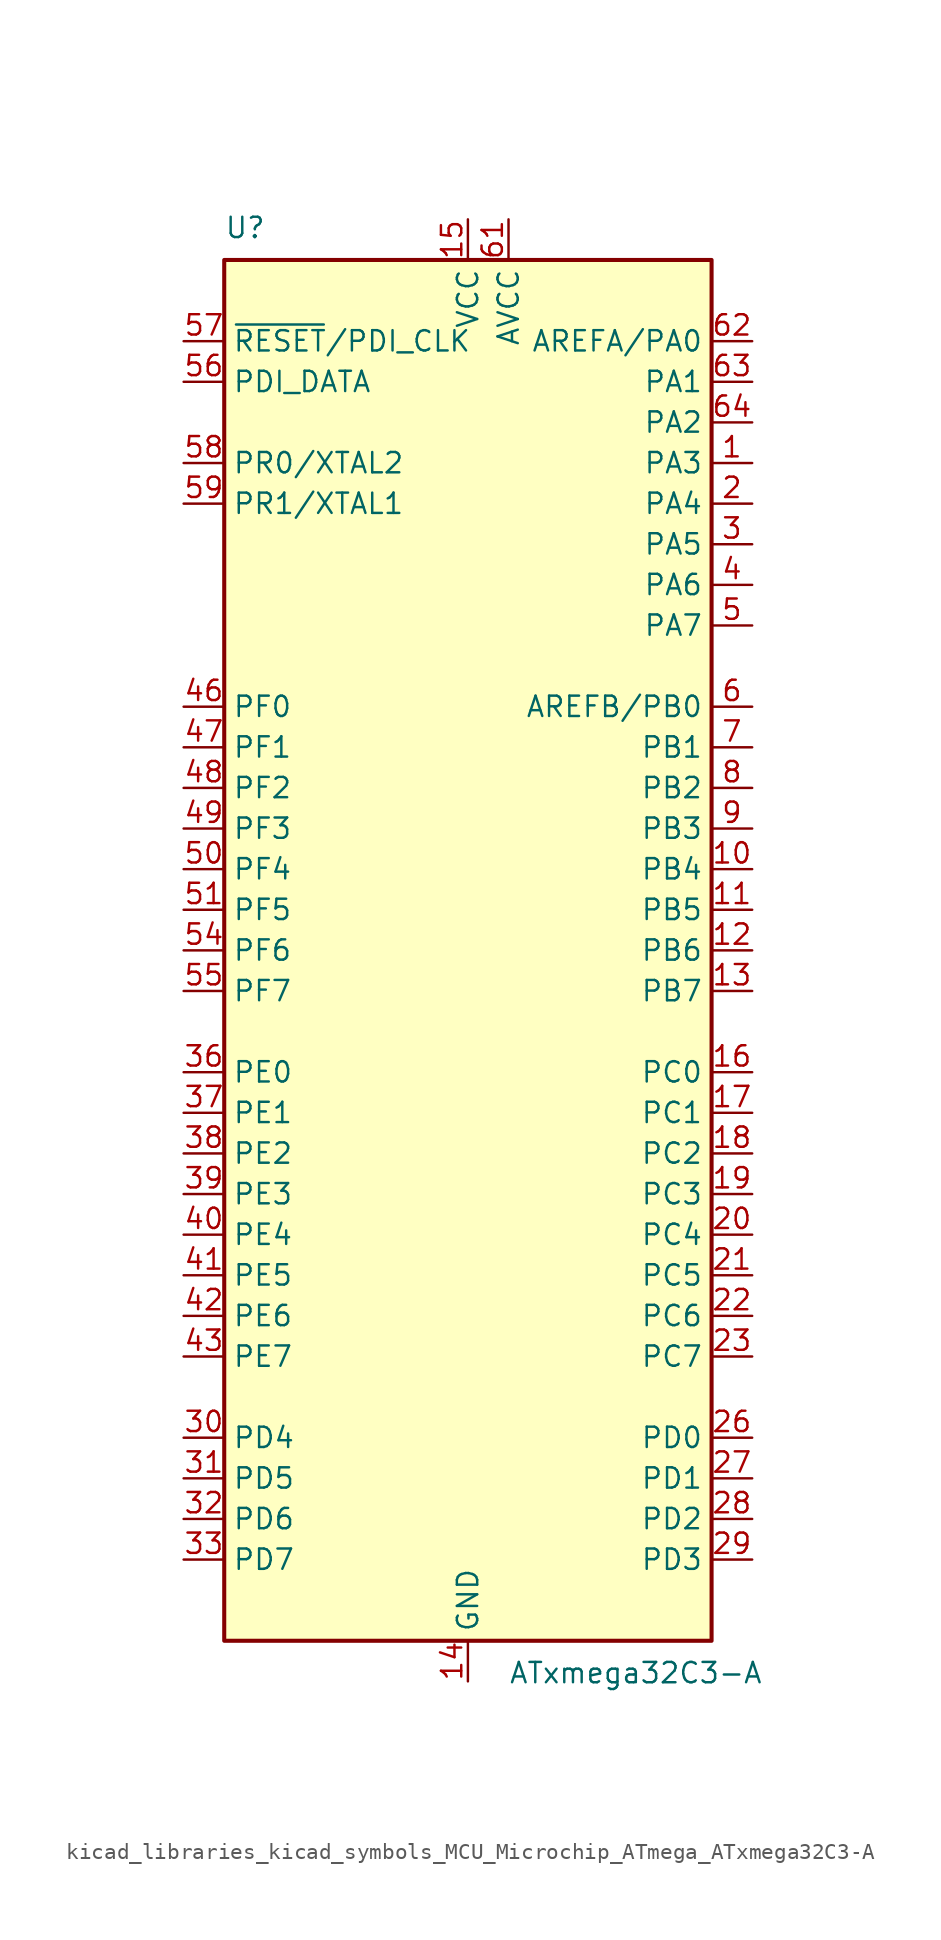
<source format=kicad_sym>
(kicad_symbol_lib
  (version 20220914)
  (generator kicad_symbol_editor)
  (symbol "kicad_libraries_kicad_symbols_MCU_Microchip_ATmega_ATxmega32C3-A"
    (property "Reference" "U"
      (at -15.24 44.45 0)
      (effects (font (size 1.27 1.27)) (justify left bottom)))
    (property "Value" "ATxmega32C3-A"
      (at 2.54 -44.45 0)
      (effects (font (size 1.27 1.27)) (justify left top)))
    (symbol "kicad_libraries_kicad_symbols_MCU_Microchip_ATmega_ATxmega32C3-A_0_1"
      (rectangle (start -15.24 -43.18) (end 15.24 43.18) (stroke (width 0.254) (type default)) (fill (type background))))
    (symbol "kicad_libraries_kicad_symbols_MCU_Microchip_ATmega_ATxmega32C3-A_1_1"
      (pin bidirectional line (at 17.78 30.48 180) (length 2.54) (name "PA3" (effects (font (size 1.27 1.27)))) (number "1" (effects (font (size 1.27 1.27)))))
      (pin bidirectional line (at 17.78 5.08 180) (length 2.54) (name "PB4" (effects (font (size 1.27 1.27)))) (number "10" (effects (font (size 1.27 1.27)))))
      (pin bidirectional line (at 17.78 2.54 180) (length 2.54) (name "PB5" (effects (font (size 1.27 1.27)))) (number "11" (effects (font (size 1.27 1.27)))))
      (pin bidirectional line (at 17.78 0 180) (length 2.54) (name "PB6" (effects (font (size 1.27 1.27)))) (number "12" (effects (font (size 1.27 1.27)))))
      (pin bidirectional line (at 17.78 -2.54 180) (length 2.54) (name "PB7" (effects (font (size 1.27 1.27)))) (number "13" (effects (font (size 1.27 1.27)))))
      (pin power_in line (at 0 -45.72 90) (length 2.54) (name "GND" (effects (font (size 1.27 1.27)))) (number "14" (effects (font (size 1.27 1.27)))))
      (pin power_in line (at 0 45.72 270) (length 2.54) (name "VCC" (effects (font (size 1.27 1.27)))) (number "15" (effects (font (size 1.27 1.27)))))
      (pin bidirectional line (at 17.78 -7.62 180) (length 2.54) (name "PC0" (effects (font (size 1.27 1.27)))) (number "16" (effects (font (size 1.27 1.27)))))
      (pin bidirectional line (at 17.78 -10.16 180) (length 2.54) (name "PC1" (effects (font (size 1.27 1.27)))) (number "17" (effects (font (size 1.27 1.27)))))
      (pin bidirectional line (at 17.78 -12.7 180) (length 2.54) (name "PC2" (effects (font (size 1.27 1.27)))) (number "18" (effects (font (size 1.27 1.27)))))
      (pin bidirectional line (at 17.78 -15.24 180) (length 2.54) (name "PC3" (effects (font (size 1.27 1.27)))) (number "19" (effects (font (size 1.27 1.27)))))
      (pin bidirectional line (at 17.78 27.94 180) (length 2.54) (name "PA4" (effects (font (size 1.27 1.27)))) (number "2" (effects (font (size 1.27 1.27)))))
      (pin bidirectional line (at 17.78 -17.78 180) (length 2.54) (name "PC4" (effects (font (size 1.27 1.27)))) (number "20" (effects (font (size 1.27 1.27)))))
      (pin bidirectional line (at 17.78 -20.32 180) (length 2.54) (name "PC5" (effects (font (size 1.27 1.27)))) (number "21" (effects (font (size 1.27 1.27)))))
      (pin bidirectional line (at 17.78 -22.86 180) (length 2.54) (name "PC6" (effects (font (size 1.27 1.27)))) (number "22" (effects (font (size 1.27 1.27)))))
      (pin bidirectional line (at 17.78 -25.4 180) (length 2.54) (name "PC7" (effects (font (size 1.27 1.27)))) (number "23" (effects (font (size 1.27 1.27)))))
      (pin passive line (at 0 -45.72 90) (length 2.54) hide (name "GND" (effects (font (size 1.27 1.27)))) (number "24" (effects (font (size 1.27 1.27)))))
      (pin passive line (at 0 45.72 270) (length 2.54) hide (name "VCC" (effects (font (size 1.27 1.27)))) (number "25" (effects (font (size 1.27 1.27)))))
      (pin bidirectional line (at 17.78 -30.48 180) (length 2.54) (name "PD0" (effects (font (size 1.27 1.27)))) (number "26" (effects (font (size 1.27 1.27)))))
      (pin bidirectional line (at 17.78 -33.02 180) (length 2.54) (name "PD1" (effects (font (size 1.27 1.27)))) (number "27" (effects (font (size 1.27 1.27)))))
      (pin bidirectional line (at 17.78 -35.56 180) (length 2.54) (name "PD2" (effects (font (size 1.27 1.27)))) (number "28" (effects (font (size 1.27 1.27)))))
      (pin bidirectional line (at 17.78 -38.1 180) (length 2.54) (name "PD3" (effects (font (size 1.27 1.27)))) (number "29" (effects (font (size 1.27 1.27)))))
      (pin bidirectional line (at 17.78 25.4 180) (length 2.54) (name "PA5" (effects (font (size 1.27 1.27)))) (number "3" (effects (font (size 1.27 1.27)))))
      (pin bidirectional line (at -17.78 -30.48 0) (length 2.54) (name "PD4" (effects (font (size 1.27 1.27)))) (number "30" (effects (font (size 1.27 1.27)))))
      (pin bidirectional line (at -17.78 -33.02 0) (length 2.54) (name "PD5" (effects (font (size 1.27 1.27)))) (number "31" (effects (font (size 1.27 1.27)))))
      (pin bidirectional line (at -17.78 -35.56 0) (length 2.54) (name "PD6" (effects (font (size 1.27 1.27)))) (number "32" (effects (font (size 1.27 1.27)))))
      (pin bidirectional line (at -17.78 -38.1 0) (length 2.54) (name "PD7" (effects (font (size 1.27 1.27)))) (number "33" (effects (font (size 1.27 1.27)))))
      (pin passive line (at 0 -45.72 90) (length 2.54) hide (name "GND" (effects (font (size 1.27 1.27)))) (number "34" (effects (font (size 1.27 1.27)))))
      (pin passive line (at 0 45.72 270) (length 2.54) hide (name "VCC" (effects (font (size 1.27 1.27)))) (number "35" (effects (font (size 1.27 1.27)))))
      (pin bidirectional line (at -17.78 -7.62 0) (length 2.54) (name "PE0" (effects (font (size 1.27 1.27)))) (number "36" (effects (font (size 1.27 1.27)))))
      (pin bidirectional line (at -17.78 -10.16 0) (length 2.54) (name "PE1" (effects (font (size 1.27 1.27)))) (number "37" (effects (font (size 1.27 1.27)))))
      (pin bidirectional line (at -17.78 -12.7 0) (length 2.54) (name "PE2" (effects (font (size 1.27 1.27)))) (number "38" (effects (font (size 1.27 1.27)))))
      (pin bidirectional line (at -17.78 -15.24 0) (length 2.54) (name "PE3" (effects (font (size 1.27 1.27)))) (number "39" (effects (font (size 1.27 1.27)))))
      (pin bidirectional line (at 17.78 22.86 180) (length 2.54) (name "PA6" (effects (font (size 1.27 1.27)))) (number "4" (effects (font (size 1.27 1.27)))))
      (pin bidirectional line (at -17.78 -17.78 0) (length 2.54) (name "PE4" (effects (font (size 1.27 1.27)))) (number "40" (effects (font (size 1.27 1.27)))))
      (pin bidirectional line (at -17.78 -20.32 0) (length 2.54) (name "PE5" (effects (font (size 1.27 1.27)))) (number "41" (effects (font (size 1.27 1.27)))))
      (pin bidirectional line (at -17.78 -22.86 0) (length 2.54) (name "PE6" (effects (font (size 1.27 1.27)))) (number "42" (effects (font (size 1.27 1.27)))))
      (pin bidirectional line (at -17.78 -25.4 0) (length 2.54) (name "PE7" (effects (font (size 1.27 1.27)))) (number "43" (effects (font (size 1.27 1.27)))))
      (pin passive line (at 0 -45.72 90) (length 2.54) hide (name "GND" (effects (font (size 1.27 1.27)))) (number "44" (effects (font (size 1.27 1.27)))))
      (pin passive line (at 0 45.72 270) (length 2.54) hide (name "VCC" (effects (font (size 1.27 1.27)))) (number "45" (effects (font (size 1.27 1.27)))))
      (pin bidirectional line (at -17.78 15.24 0) (length 2.54) (name "PF0" (effects (font (size 1.27 1.27)))) (number "46" (effects (font (size 1.27 1.27)))))
      (pin bidirectional line (at -17.78 12.7 0) (length 2.54) (name "PF1" (effects (font (size 1.27 1.27)))) (number "47" (effects (font (size 1.27 1.27)))))
      (pin bidirectional line (at -17.78 10.16 0) (length 2.54) (name "PF2" (effects (font (size 1.27 1.27)))) (number "48" (effects (font (size 1.27 1.27)))))
      (pin bidirectional line (at -17.78 7.62 0) (length 2.54) (name "PF3" (effects (font (size 1.27 1.27)))) (number "49" (effects (font (size 1.27 1.27)))))
      (pin bidirectional line (at 17.78 20.32 180) (length 2.54) (name "PA7" (effects (font (size 1.27 1.27)))) (number "5" (effects (font (size 1.27 1.27)))))
      (pin bidirectional line (at -17.78 5.08 0) (length 2.54) (name "PF4" (effects (font (size 1.27 1.27)))) (number "50" (effects (font (size 1.27 1.27)))))
      (pin bidirectional line (at -17.78 2.54 0) (length 2.54) (name "PF5" (effects (font (size 1.27 1.27)))) (number "51" (effects (font (size 1.27 1.27)))))
      (pin passive line (at 0 -45.72 90) (length 2.54) hide (name "GND" (effects (font (size 1.27 1.27)))) (number "52" (effects (font (size 1.27 1.27)))))
      (pin passive line (at 0 45.72 270) (length 2.54) hide (name "VCC" (effects (font (size 1.27 1.27)))) (number "53" (effects (font (size 1.27 1.27)))))
      (pin bidirectional line (at -17.78 0 0) (length 2.54) (name "PF6" (effects (font (size 1.27 1.27)))) (number "54" (effects (font (size 1.27 1.27)))))
      (pin bidirectional line (at -17.78 -2.54 0) (length 2.54) (name "PF7" (effects (font (size 1.27 1.27)))) (number "55" (effects (font (size 1.27 1.27)))))
      (pin bidirectional line (at -17.78 35.56 0) (length 2.54) (name "PDI_DATA" (effects (font (size 1.27 1.27)))) (number "56" (effects (font (size 1.27 1.27)))))
      (pin input line (at -17.78 38.1 0) (length 2.54) (name "~{RESET}/PDI_CLK" (effects (font (size 1.27 1.27)))) (number "57" (effects (font (size 1.27 1.27)))))
      (pin bidirectional line (at -17.78 30.48 0) (length 2.54) (name "PR0/XTAL2" (effects (font (size 1.27 1.27)))) (number "58" (effects (font (size 1.27 1.27)))))
      (pin bidirectional line (at -17.78 27.94 0) (length 2.54) (name "PR1/XTAL1" (effects (font (size 1.27 1.27)))) (number "59" (effects (font (size 1.27 1.27)))))
      (pin bidirectional line (at 17.78 15.24 180) (length 2.54) (name "AREFB/PB0" (effects (font (size 1.27 1.27)))) (number "6" (effects (font (size 1.27 1.27)))))
      (pin passive line (at 0 -45.72 90) (length 2.54) hide (name "GND" (effects (font (size 1.27 1.27)))) (number "60" (effects (font (size 1.27 1.27)))))
      (pin power_in line (at 2.54 45.72 270) (length 2.54) (name "AVCC" (effects (font (size 1.27 1.27)))) (number "61" (effects (font (size 1.27 1.27)))))
      (pin bidirectional line (at 17.78 38.1 180) (length 2.54) (name "AREFA/PA0" (effects (font (size 1.27 1.27)))) (number "62" (effects (font (size 1.27 1.27)))))
      (pin bidirectional line (at 17.78 35.56 180) (length 2.54) (name "PA1" (effects (font (size 1.27 1.27)))) (number "63" (effects (font (size 1.27 1.27)))))
      (pin bidirectional line (at 17.78 33.02 180) (length 2.54) (name "PA2" (effects (font (size 1.27 1.27)))) (number "64" (effects (font (size 1.27 1.27)))))
      (pin bidirectional line (at 17.78 12.7 180) (length 2.54) (name "PB1" (effects (font (size 1.27 1.27)))) (number "7" (effects (font (size 1.27 1.27)))))
      (pin bidirectional line (at 17.78 10.16 180) (length 2.54) (name "PB2" (effects (font (size 1.27 1.27)))) (number "8" (effects (font (size 1.27 1.27)))))
      (pin bidirectional line (at 17.78 7.62 180) (length 2.54) (name "PB3" (effects (font (size 1.27 1.27)))) (number "9" (effects (font (size 1.27 1.27))))))))
</source>
